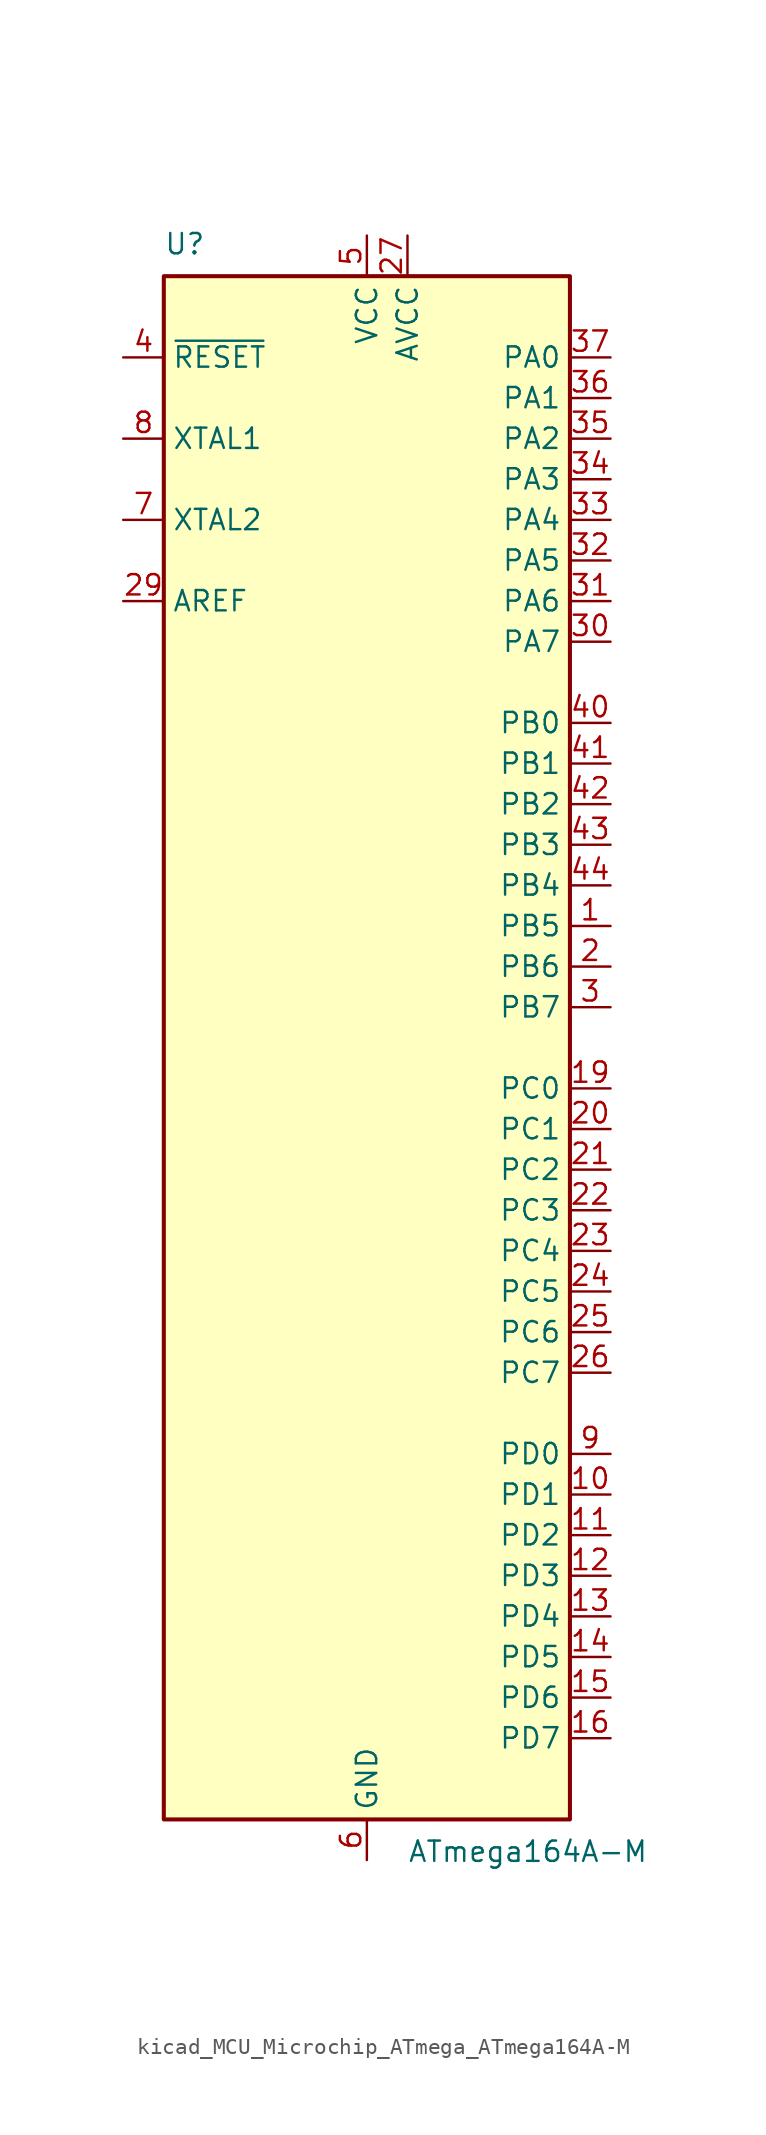
<source format=kicad_sym>
(kicad_symbol_lib
  (version 20220914)
  (generator kicad_symbol_editor)
  (symbol "kicad_MCU_Microchip_ATmega_ATmega164A-M"
    (property "Reference" "U"
      (at -12.7 49.53 0)
      (effects (font (size 1.27 1.27)) (justify left bottom)))
    (property "Value" "ATmega164A-M"
      (at 2.54 -49.53 0)
      (effects (font (size 1.27 1.27)) (justify left top)))
    (symbol "kicad_MCU_Microchip_ATmega_ATmega164A-M_0_1"
      (rectangle (start -12.7 -48.26) (end 12.7 48.26) (stroke (width 0.254) (type default)) (fill (type background))))
    (symbol "kicad_MCU_Microchip_ATmega_ATmega164A-M_1_1"
      (pin bidirectional line (at 15.24 7.62 180) (length 2.54) (name "PB5" (effects (font (size 1.27 1.27)))) (number "1" (effects (font (size 1.27 1.27)))))
      (pin bidirectional line (at 15.24 -27.94 180) (length 2.54) (name "PD1" (effects (font (size 1.27 1.27)))) (number "10" (effects (font (size 1.27 1.27)))))
      (pin bidirectional line (at 15.24 -30.48 180) (length 2.54) (name "PD2" (effects (font (size 1.27 1.27)))) (number "11" (effects (font (size 1.27 1.27)))))
      (pin bidirectional line (at 15.24 -33.02 180) (length 2.54) (name "PD3" (effects (font (size 1.27 1.27)))) (number "12" (effects (font (size 1.27 1.27)))))
      (pin bidirectional line (at 15.24 -35.56 180) (length 2.54) (name "PD4" (effects (font (size 1.27 1.27)))) (number "13" (effects (font (size 1.27 1.27)))))
      (pin bidirectional line (at 15.24 -38.1 180) (length 2.54) (name "PD5" (effects (font (size 1.27 1.27)))) (number "14" (effects (font (size 1.27 1.27)))))
      (pin bidirectional line (at 15.24 -40.64 180) (length 2.54) (name "PD6" (effects (font (size 1.27 1.27)))) (number "15" (effects (font (size 1.27 1.27)))))
      (pin bidirectional line (at 15.24 -43.18 180) (length 2.54) (name "PD7" (effects (font (size 1.27 1.27)))) (number "16" (effects (font (size 1.27 1.27)))))
      (pin passive line (at 0 50.8 270) (length 2.54) hide (name "VCC" (effects (font (size 1.27 1.27)))) (number "17" (effects (font (size 1.27 1.27)))))
      (pin passive line (at 0 -50.8 90) (length 2.54) hide (name "GND" (effects (font (size 1.27 1.27)))) (number "18" (effects (font (size 1.27 1.27)))))
      (pin bidirectional line (at 15.24 -2.54 180) (length 2.54) (name "PC0" (effects (font (size 1.27 1.27)))) (number "19" (effects (font (size 1.27 1.27)))))
      (pin bidirectional line (at 15.24 5.08 180) (length 2.54) (name "PB6" (effects (font (size 1.27 1.27)))) (number "2" (effects (font (size 1.27 1.27)))))
      (pin bidirectional line (at 15.24 -5.08 180) (length 2.54) (name "PC1" (effects (font (size 1.27 1.27)))) (number "20" (effects (font (size 1.27 1.27)))))
      (pin bidirectional line (at 15.24 -7.62 180) (length 2.54) (name "PC2" (effects (font (size 1.27 1.27)))) (number "21" (effects (font (size 1.27 1.27)))))
      (pin bidirectional line (at 15.24 -10.16 180) (length 2.54) (name "PC3" (effects (font (size 1.27 1.27)))) (number "22" (effects (font (size 1.27 1.27)))))
      (pin bidirectional line (at 15.24 -12.7 180) (length 2.54) (name "PC4" (effects (font (size 1.27 1.27)))) (number "23" (effects (font (size 1.27 1.27)))))
      (pin bidirectional line (at 15.24 -15.24 180) (length 2.54) (name "PC5" (effects (font (size 1.27 1.27)))) (number "24" (effects (font (size 1.27 1.27)))))
      (pin bidirectional line (at 15.24 -17.78 180) (length 2.54) (name "PC6" (effects (font (size 1.27 1.27)))) (number "25" (effects (font (size 1.27 1.27)))))
      (pin bidirectional line (at 15.24 -20.32 180) (length 2.54) (name "PC7" (effects (font (size 1.27 1.27)))) (number "26" (effects (font (size 1.27 1.27)))))
      (pin power_in line (at 2.54 50.8 270) (length 2.54) (name "AVCC" (effects (font (size 1.27 1.27)))) (number "27" (effects (font (size 1.27 1.27)))))
      (pin passive line (at 0 -50.8 90) (length 2.54) hide (name "GND" (effects (font (size 1.27 1.27)))) (number "28" (effects (font (size 1.27 1.27)))))
      (pin passive line (at -15.24 27.94 0) (length 2.54) (name "AREF" (effects (font (size 1.27 1.27)))) (number "29" (effects (font (size 1.27 1.27)))))
      (pin bidirectional line (at 15.24 2.54 180) (length 2.54) (name "PB7" (effects (font (size 1.27 1.27)))) (number "3" (effects (font (size 1.27 1.27)))))
      (pin bidirectional line (at 15.24 25.4 180) (length 2.54) (name "PA7" (effects (font (size 1.27 1.27)))) (number "30" (effects (font (size 1.27 1.27)))))
      (pin bidirectional line (at 15.24 27.94 180) (length 2.54) (name "PA6" (effects (font (size 1.27 1.27)))) (number "31" (effects (font (size 1.27 1.27)))))
      (pin bidirectional line (at 15.24 30.48 180) (length 2.54) (name "PA5" (effects (font (size 1.27 1.27)))) (number "32" (effects (font (size 1.27 1.27)))))
      (pin bidirectional line (at 15.24 33.02 180) (length 2.54) (name "PA4" (effects (font (size 1.27 1.27)))) (number "33" (effects (font (size 1.27 1.27)))))
      (pin bidirectional line (at 15.24 35.56 180) (length 2.54) (name "PA3" (effects (font (size 1.27 1.27)))) (number "34" (effects (font (size 1.27 1.27)))))
      (pin bidirectional line (at 15.24 38.1 180) (length 2.54) (name "PA2" (effects (font (size 1.27 1.27)))) (number "35" (effects (font (size 1.27 1.27)))))
      (pin bidirectional line (at 15.24 40.64 180) (length 2.54) (name "PA1" (effects (font (size 1.27 1.27)))) (number "36" (effects (font (size 1.27 1.27)))))
      (pin bidirectional line (at 15.24 43.18 180) (length 2.54) (name "PA0" (effects (font (size 1.27 1.27)))) (number "37" (effects (font (size 1.27 1.27)))))
      (pin passive line (at 0 50.8 270) (length 2.54) hide (name "VCC" (effects (font (size 1.27 1.27)))) (number "38" (effects (font (size 1.27 1.27)))))
      (pin passive line (at 0 -50.8 90) (length 2.54) hide (name "GND" (effects (font (size 1.27 1.27)))) (number "39" (effects (font (size 1.27 1.27)))))
      (pin input line (at -15.24 43.18 0) (length 2.54) (name "~{RESET}" (effects (font (size 1.27 1.27)))) (number "4" (effects (font (size 1.27 1.27)))))
      (pin bidirectional line (at 15.24 20.32 180) (length 2.54) (name "PB0" (effects (font (size 1.27 1.27)))) (number "40" (effects (font (size 1.27 1.27)))))
      (pin bidirectional line (at 15.24 17.78 180) (length 2.54) (name "PB1" (effects (font (size 1.27 1.27)))) (number "41" (effects (font (size 1.27 1.27)))))
      (pin bidirectional line (at 15.24 15.24 180) (length 2.54) (name "PB2" (effects (font (size 1.27 1.27)))) (number "42" (effects (font (size 1.27 1.27)))))
      (pin bidirectional line (at 15.24 12.7 180) (length 2.54) (name "PB3" (effects (font (size 1.27 1.27)))) (number "43" (effects (font (size 1.27 1.27)))))
      (pin bidirectional line (at 15.24 10.16 180) (length 2.54) (name "PB4" (effects (font (size 1.27 1.27)))) (number "44" (effects (font (size 1.27 1.27)))))
      (pin passive line (at 0 -50.8 90) (length 2.54) hide (name "GND" (effects (font (size 1.27 1.27)))) (number "45" (effects (font (size 1.27 1.27)))))
      (pin power_in line (at 0 50.8 270) (length 2.54) (name "VCC" (effects (font (size 1.27 1.27)))) (number "5" (effects (font (size 1.27 1.27)))))
      (pin power_in line (at 0 -50.8 90) (length 2.54) (name "GND" (effects (font (size 1.27 1.27)))) (number "6" (effects (font (size 1.27 1.27)))))
      (pin output line (at -15.24 33.02 0) (length 2.54) (name "XTAL2" (effects (font (size 1.27 1.27)))) (number "7" (effects (font (size 1.27 1.27)))))
      (pin input line (at -15.24 38.1 0) (length 2.54) (name "XTAL1" (effects (font (size 1.27 1.27)))) (number "8" (effects (font (size 1.27 1.27)))))
      (pin bidirectional line (at 15.24 -25.4 180) (length 2.54) (name "PD0" (effects (font (size 1.27 1.27)))) (number "9" (effects (font (size 1.27 1.27))))))))
</source>
